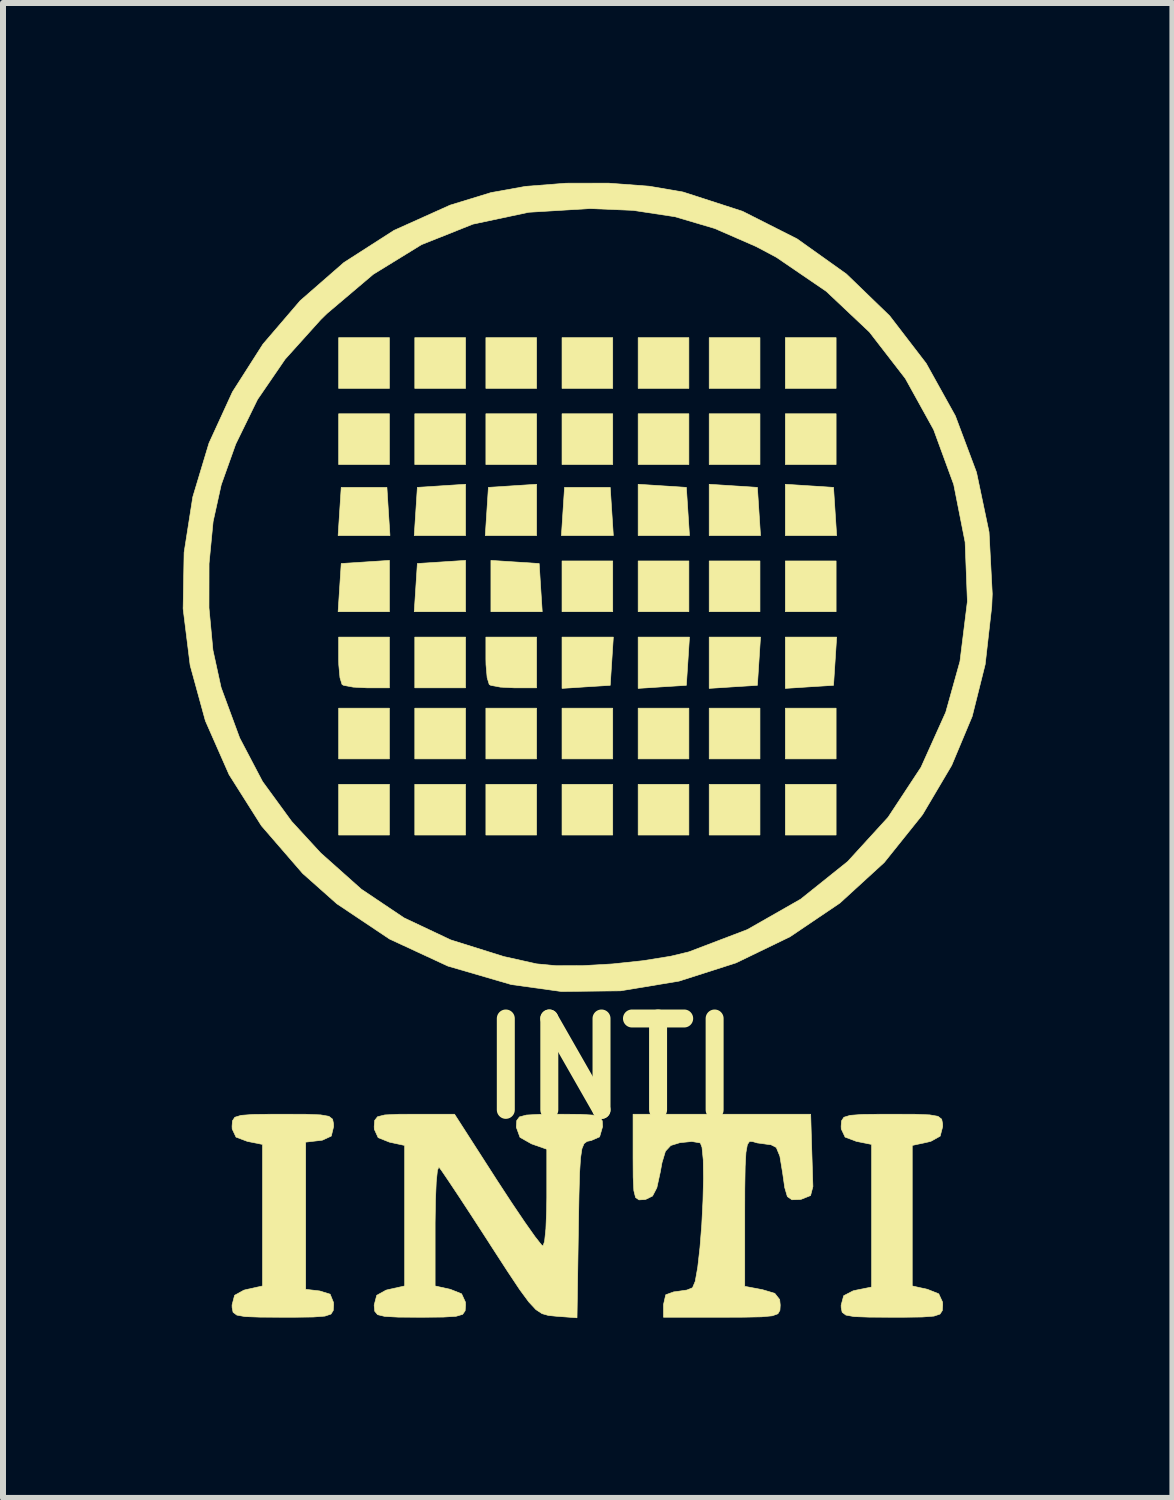
<source format=kicad_pcb>
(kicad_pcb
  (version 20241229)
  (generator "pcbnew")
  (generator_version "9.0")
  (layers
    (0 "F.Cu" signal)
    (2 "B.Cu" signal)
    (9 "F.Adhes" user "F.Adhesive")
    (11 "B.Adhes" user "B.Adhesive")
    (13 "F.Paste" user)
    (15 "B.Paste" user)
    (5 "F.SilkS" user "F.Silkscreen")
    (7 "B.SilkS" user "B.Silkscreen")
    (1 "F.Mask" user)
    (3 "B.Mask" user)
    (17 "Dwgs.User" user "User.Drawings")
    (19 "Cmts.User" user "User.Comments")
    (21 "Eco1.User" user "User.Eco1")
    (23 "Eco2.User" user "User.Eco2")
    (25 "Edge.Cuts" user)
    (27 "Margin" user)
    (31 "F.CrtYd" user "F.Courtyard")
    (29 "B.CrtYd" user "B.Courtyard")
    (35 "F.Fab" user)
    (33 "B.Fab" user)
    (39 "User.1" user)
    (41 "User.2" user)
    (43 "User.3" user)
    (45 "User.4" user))
  (footprint "INTI"
    (layer "F.Cu")
    (at 6.748 9.44)
    (property "Reference" "INTI" (at 0.381 5.334 0) (layer "F.SilkS") (effects (font (size 1.524 1.524) (thickness 0.3))))
    (attr through_hole)
    (fp_poly (pts (xy -3.302 -6.011) (xy -4.149 -6.011) (xy -4.149 -6.858) (xy -3.302 -6.858) (xy -3.302 -6.011)) (stroke (width 0.01) (type solid)) (fill yes) (layer "F.SilkS"))
    (fp_poly (pts (xy -3.302 -4.741) (xy -4.149 -4.741) (xy -4.149 -5.588) (xy -3.302 -5.588) (xy -3.302 -4.741)) (stroke (width 0.01) (type solid)) (fill yes) (layer "F.SilkS"))
    (fp_poly (pts (xy -3.302 0.169) (xy -4.149 0.169) (xy -4.149 -0.677) (xy -3.302 -0.677) (xy -3.302 0.169)) (stroke (width 0.01) (type solid)) (fill yes) (layer "F.SilkS"))
    (fp_poly (pts (xy -3.302 1.439) (xy -4.149 1.439) (xy -4.149 0.593) (xy -3.302 0.593) (xy -3.302 1.439)) (stroke (width 0.01) (type solid)) (fill yes) (layer "F.SilkS"))
    (fp_poly (pts (xy -2.032 -6.011) (xy -2.879 -6.011) (xy -2.879 -6.858) (xy -2.032 -6.858) (xy -2.032 -6.011)) (stroke (width 0.01) (type solid)) (fill yes) (layer "F.SilkS"))
    (fp_poly (pts (xy -2.032 -4.741) (xy -2.879 -4.741) (xy -2.879 -5.588) (xy -2.032 -5.588) (xy -2.032 -4.741)) (stroke (width 0.01) (type solid)) (fill yes) (layer "F.SilkS"))
    (fp_poly (pts (xy -2.032 -1.016) (xy -2.879 -1.016) (xy -2.879 -1.863) (xy -2.032 -1.863) (xy -2.032 -1.016)) (stroke (width 0.01) (type solid)) (fill yes) (layer "F.SilkS"))
    (fp_poly (pts (xy -2.032 0.169) (xy -2.879 0.169) (xy -2.879 -0.677) (xy -2.032 -0.677) (xy -2.032 0.169)) (stroke (width 0.01) (type solid)) (fill yes) (layer "F.SilkS"))
    (fp_poly (pts (xy -2.032 1.439) (xy -2.879 1.439) (xy -2.879 0.593) (xy -2.032 0.593) (xy -2.032 1.439)) (stroke (width 0.01) (type solid)) (fill yes) (layer "F.SilkS"))
    (fp_poly (pts (xy -0.847 -6.011) (xy -1.693 -6.011) (xy -1.693 -6.858) (xy -0.847 -6.858) (xy -0.847 -6.011)) (stroke (width 0.01) (type solid)) (fill yes) (layer "F.SilkS"))
    (fp_poly (pts (xy -0.847 -4.741) (xy -1.693 -4.741) (xy -1.693 -5.588) (xy -0.847 -5.588) (xy -0.847 -4.741)) (stroke (width 0.01) (type solid)) (fill yes) (layer "F.SilkS"))
    (fp_poly (pts (xy -0.847 0.169) (xy -1.693 0.169) (xy -1.693 -0.677) (xy -0.847 -0.677) (xy -0.847 0.169)) (stroke (width 0.01) (type solid)) (fill yes) (layer "F.SilkS"))
    (fp_poly (pts (xy -0.847 1.439) (xy -1.693 1.439) (xy -1.693 0.593) (xy -0.847 0.593) (xy -0.847 1.439)) (stroke (width 0.01) (type solid)) (fill yes) (layer "F.SilkS"))
    (fp_poly (pts (xy 0.423 -6.011) (xy -0.423 -6.011) (xy -0.423 -6.858) (xy 0.423 -6.858) (xy 0.423 -6.011)) (stroke (width 0.01) (type solid)) (fill yes) (layer "F.SilkS"))
    (fp_poly (pts (xy 0.423 -4.741) (xy -0.423 -4.741) (xy -0.423 -5.588) (xy 0.423 -5.588) (xy 0.423 -4.741)) (stroke (width 0.01) (type solid)) (fill yes) (layer "F.SilkS"))
    (fp_poly (pts (xy 0.423 -2.286) (xy -0.423 -2.286) (xy -0.423 -3.133) (xy 0.423 -3.133) (xy 0.423 -2.286)) (stroke (width 0.01) (type solid)) (fill yes) (layer "F.SilkS"))
    (fp_poly (pts (xy 0.423 0.169) (xy -0.423 0.169) (xy -0.423 -0.677) (xy 0.423 -0.677) (xy 0.423 0.169)) (stroke (width 0.01) (type solid)) (fill yes) (layer "F.SilkS"))
    (fp_poly (pts (xy 0.423 1.439) (xy -0.423 1.439) (xy -0.423 0.593) (xy 0.423 0.593) (xy 0.423 1.439)) (stroke (width 0.01) (type solid)) (fill yes) (layer "F.SilkS"))
    (fp_poly (pts (xy 1.693 -6.011) (xy 0.847 -6.011) (xy 0.847 -6.858) (xy 1.693 -6.858) (xy 1.693 -6.011)) (stroke (width 0.01) (type solid)) (fill yes) (layer "F.SilkS"))
    (fp_poly (pts (xy 1.693 -4.741) (xy 0.847 -4.741) (xy 0.847 -5.588) (xy 1.693 -5.588) (xy 1.693 -4.741)) (stroke (width 0.01) (type solid)) (fill yes) (layer "F.SilkS"))
    (fp_poly (pts (xy 1.693 -2.286) (xy 0.847 -2.286) (xy 0.847 -3.133) (xy 1.693 -3.133) (xy 1.693 -2.286)) (stroke (width 0.01) (type solid)) (fill yes) (layer "F.SilkS"))
    (fp_poly (pts (xy 1.693 0.169) (xy 0.847 0.169) (xy 0.847 -0.677) (xy 1.693 -0.677) (xy 1.693 0.169)) (stroke (width 0.01) (type solid)) (fill yes) (layer "F.SilkS"))
    (fp_poly (pts (xy 1.693 1.439) (xy 0.847 1.439) (xy 0.847 0.593) (xy 1.693 0.593) (xy 1.693 1.439)) (stroke (width 0.01) (type solid)) (fill yes) (layer "F.SilkS"))
    (fp_poly (pts (xy 2.879 -6.011) (xy 2.032 -6.011) (xy 2.032 -6.858) (xy 2.879 -6.858) (xy 2.879 -6.011)) (stroke (width 0.01) (type solid)) (fill yes) (layer "F.SilkS"))
    (fp_poly (pts (xy 2.879 -4.741) (xy 2.032 -4.741) (xy 2.032 -5.588) (xy 2.879 -5.588) (xy 2.879 -4.741)) (stroke (width 0.01) (type solid)) (fill yes) (layer "F.SilkS"))
    (fp_poly (pts (xy 2.879 -2.286) (xy 2.032 -2.286) (xy 2.032 -3.133) (xy 2.879 -3.133) (xy 2.879 -2.286)) (stroke (width 0.01) (type solid)) (fill yes) (layer "F.SilkS"))
    (fp_poly (pts (xy 2.879 0.169) (xy 2.032 0.169) (xy 2.032 -0.677) (xy 2.879 -0.677) (xy 2.879 0.169)) (stroke (width 0.01) (type solid)) (fill yes) (layer "F.SilkS"))
    (fp_poly (pts (xy 2.879 1.439) (xy 2.032 1.439) (xy 2.032 0.593) (xy 2.879 0.593) (xy 2.879 1.439)) (stroke (width 0.01) (type solid)) (fill yes) (layer "F.SilkS"))
    (fp_poly (pts (xy 4.149 -6.011) (xy 3.302 -6.011) (xy 3.302 -6.858) (xy 4.149 -6.858) (xy 4.149 -6.011)) (stroke (width 0.01) (type solid)) (fill yes) (layer "F.SilkS"))
    (fp_poly (pts (xy 4.149 -4.741) (xy 3.302 -4.741) (xy 3.302 -5.588) (xy 4.149 -5.588) (xy 4.149 -4.741)) (stroke (width 0.01) (type solid)) (fill yes) (layer "F.SilkS"))
    (fp_poly (pts (xy 4.149 -2.286) (xy 3.302 -2.286) (xy 3.302 -3.133) (xy 4.149 -3.133) (xy 4.149 -2.286)) (stroke (width 0.01) (type solid)) (fill yes) (layer "F.SilkS"))
    (fp_poly (pts (xy 4.149 0.169) (xy 3.302 0.169) (xy 3.302 -0.677) (xy 4.149 -0.677) (xy 4.149 0.169)) (stroke (width 0.01) (type solid)) (fill yes) (layer "F.SilkS"))
    (fp_poly (pts (xy 4.149 1.439) (xy 3.302 1.439) (xy 3.302 0.593) (xy 4.149 0.593) (xy 4.149 1.439)) (stroke (width 0.01) (type solid)) (fill yes) (layer "F.SilkS"))
    (fp_poly (pts (xy -3.319 -3.958) (xy -3.293 -3.556) (xy -4.158 -3.556) (xy -4.132 -3.958) (xy -4.106 -4.36) (xy -3.344 -4.36) (xy -3.319 -3.958)) (stroke (width 0.01) (type solid)) (fill yes) (layer "F.SilkS"))
    (fp_poly (pts (xy -3.302 -2.286) (xy -4.158 -2.286) (xy -4.132 -2.688) (xy -4.106 -3.09) (xy -3.704 -3.116) (xy -3.302 -3.142) (xy -3.302 -2.286)) (stroke (width 0.01) (type solid)) (fill yes) (layer "F.SilkS"))
    (fp_poly (pts (xy -2.032 -3.556) (xy -2.888 -3.556) (xy -2.862 -3.958) (xy -2.836 -4.36) (xy -2.434 -4.386) (xy -2.032 -4.412) (xy -2.032 -3.556)) (stroke (width 0.01) (type solid)) (fill yes) (layer "F.SilkS"))
    (fp_poly (pts (xy -2.032 -2.286) (xy -2.888 -2.286) (xy -2.862 -2.688) (xy -2.836 -3.09) (xy -2.434 -3.116) (xy -2.032 -3.142) (xy -2.032 -2.286)) (stroke (width 0.01) (type solid)) (fill yes) (layer "F.SilkS"))
    (fp_poly (pts (xy -1.206 -3.116) (xy -0.804 -3.09) (xy -0.779 -2.688) (xy -0.753 -2.286) (xy -1.609 -2.286) (xy -1.609 -3.142) (xy -1.206 -3.116)) (stroke (width 0.01) (type solid)) (fill yes) (layer "F.SilkS"))
    (fp_poly (pts (xy -0.847 -3.556) (xy -1.703 -3.556) (xy -1.677 -3.958) (xy -1.651 -4.36) (xy -1.249 -4.386) (xy -0.847 -4.412) (xy -0.847 -3.556)) (stroke (width 0.01) (type solid)) (fill yes) (layer "F.SilkS"))
    (fp_poly (pts (xy 0.407 -3.958) (xy 0.433 -3.556) (xy -0.433 -3.556) (xy -0.407 -3.958) (xy -0.381 -4.36) (xy 0.381 -4.36) (xy 0.407 -3.958)) (stroke (width 0.01) (type solid)) (fill yes) (layer "F.SilkS"))
    (fp_poly (pts (xy 0.407 -1.46) (xy 0.381 -1.058) (xy -0.021 -1.033) (xy -0.423 -1.007) (xy -0.423 -1.863) (xy 0.433 -1.863) (xy 0.407 -1.46)) (stroke (width 0.01) (type solid)) (fill yes) (layer "F.SilkS"))
    (fp_poly (pts (xy 1.249 -4.386) (xy 1.651 -4.36) (xy 1.677 -3.958) (xy 1.703 -3.556) (xy 0.847 -3.556) (xy 0.847 -4.412) (xy 1.249 -4.386)) (stroke (width 0.01) (type solid)) (fill yes) (layer "F.SilkS"))
    (fp_poly (pts (xy 1.677 -1.46) (xy 1.651 -1.058) (xy 1.249 -1.033) (xy 0.847 -1.007) (xy 0.847 -1.863) (xy 1.703 -1.863) (xy 1.677 -1.46)) (stroke (width 0.01) (type solid)) (fill yes) (layer "F.SilkS"))
    (fp_poly (pts (xy 2.434 -4.386) (xy 2.836 -4.36) (xy 2.862 -3.958) (xy 2.888 -3.556) (xy 2.032 -3.556) (xy 2.032 -4.412) (xy 2.434 -4.386)) (stroke (width 0.01) (type solid)) (fill yes) (layer "F.SilkS"))
    (fp_poly (pts (xy 2.862 -1.46) (xy 2.836 -1.058) (xy 2.434 -1.033) (xy 2.032 -1.007) (xy 2.032 -1.863) (xy 2.888 -1.863) (xy 2.862 -1.46)) (stroke (width 0.01) (type solid)) (fill yes) (layer "F.SilkS"))
    (fp_poly (pts (xy 3.704 -4.386) (xy 4.106 -4.36) (xy 4.132 -3.958) (xy 4.158 -3.556) (xy 3.302 -3.556) (xy 3.302 -4.412) (xy 3.704 -4.386)) (stroke (width 0.01) (type solid)) (fill yes) (layer "F.SilkS"))
    (fp_poly (pts (xy 4.132 -1.46) (xy 4.106 -1.058) (xy 3.704 -1.033) (xy 3.302 -1.007) (xy 3.302 -1.863) (xy 4.158 -1.863) (xy 4.132 -1.46)) (stroke (width 0.01) (type solid)) (fill yes) (layer "F.SilkS"))
    (fp_poly (pts (xy -3.302 -1.016) (xy -3.669 -1.016) (xy -3.906 -1.028) (xy -4.066 -1.058) (xy -4.092 -1.072) (xy -4.127 -1.185) (xy -4.147 -1.401) (xy -4.149 -1.496) (xy -4.149 -1.863) (xy -3.302 -1.863) (xy -3.302 -1.016)) (stroke (width 0.01) (type solid)) (fill yes) (layer "F.SilkS"))
    (fp_poly (pts (xy -0.847 -1.016) (xy -1.214 -1.016) (xy -1.451 -1.028) (xy -1.611 -1.058) (xy -1.637 -1.072) (xy -1.672 -1.185) (xy -1.691 -1.401) (xy -1.693 -1.496) (xy -1.693 -1.863) (xy -0.847 -1.863) (xy -0.847 -1.016)) (stroke (width 0.01) (type solid)) (fill yes) (layer "F.SilkS"))
    (fp_poly (pts (xy -4.696 6.097) (xy -4.45 6.107) (xy -4.312 6.131) (xy -4.25 6.179) (xy -4.234 6.257) (xy -4.233 6.302) (xy -4.272 6.461) (xy -4.42 6.529) (xy -4.466 6.535) (xy -4.699 6.562) (xy -4.699 9.017) (xy -4.466 9.044) (xy -4.291 9.098) (xy -4.235 9.236) (xy -4.233 9.277) (xy -4.239 9.37) (xy -4.277 9.43) (xy -4.378 9.464) (xy -4.573 9.479) (xy -4.893 9.483) (xy -5.08 9.483) (xy -5.464 9.481) (xy -5.71 9.472) (xy -5.848 9.447) (xy -5.91 9.4) (xy -5.926 9.322) (xy -5.927 9.278) (xy -5.885 9.117) (xy -5.73 9.031) (xy -5.673 9.017) (xy -5.419 8.961) (xy -5.419 6.6) (xy -5.673 6.549) (xy -5.861 6.478) (xy -5.925 6.342) (xy -5.927 6.297) (xy -5.92 6.206) (xy -5.881 6.147) (xy -5.777 6.115) (xy -5.577 6.1) (xy -5.252 6.096) (xy -5.08 6.096) (xy -4.696 6.097)) (stroke (width 0.01) (type solid)) (fill yes) (layer "F.SilkS"))
    (fp_poly (pts (xy 5.464 6.097) (xy 5.71 6.107) (xy 5.848 6.131) (xy 5.91 6.179) (xy 5.926 6.256) (xy 5.927 6.301) (xy 5.885 6.462) (xy 5.73 6.548) (xy 5.673 6.562) (xy 5.419 6.617) (xy 5.419 8.961) (xy 5.673 9.017) (xy 5.861 9.092) (xy 5.925 9.231) (xy 5.927 9.278) (xy 5.921 9.371) (xy 5.882 9.43) (xy 5.781 9.464) (xy 5.585 9.479) (xy 5.264 9.483) (xy 5.08 9.483) (xy 4.696 9.481) (xy 4.45 9.472) (xy 4.312 9.447) (xy 4.25 9.4) (xy 4.234 9.322) (xy 4.233 9.282) (xy 4.275 9.124) (xy 4.431 9.043) (xy 4.487 9.03) (xy 4.741 8.979) (xy 4.741 6.6) (xy 4.487 6.549) (xy 4.299 6.478) (xy 4.235 6.342) (xy 4.233 6.297) (xy 4.24 6.206) (xy 4.279 6.147) (xy 4.383 6.115) (xy 4.583 6.1) (xy 4.908 6.096) (xy 5.08 6.096) (xy 5.464 6.097)) (stroke (width 0.01) (type solid)) (fill yes) (layer "F.SilkS"))
    (fp_poly (pts (xy 3.74 6.604) (xy 3.75 6.914) (xy 3.758 7.179) (xy 3.762 7.303) (xy 3.723 7.453) (xy 3.565 7.516) (xy 3.542 7.519) (xy 3.412 7.523) (xy 3.336 7.47) (xy 3.292 7.321) (xy 3.257 7.075) (xy 3.211 6.796) (xy 3.151 6.651) (xy 3.062 6.605) (xy 3.045 6.604) (xy 2.833 6.575) (xy 2.759 6.553) (xy 2.706 6.549) (xy 2.669 6.602) (xy 2.645 6.735) (xy 2.632 6.97) (xy 2.626 7.333) (xy 2.625 7.734) (xy 2.625 8.967) (xy 2.921 9.023) (xy 3.126 9.084) (xy 3.208 9.188) (xy 3.217 9.28) (xy 3.212 9.367) (xy 3.178 9.425) (xy 3.085 9.459) (xy 2.905 9.476) (xy 2.609 9.482) (xy 2.244 9.483) (xy 1.27 9.483) (xy 1.27 9.271) (xy 1.307 9.108) (xy 1.445 9.058) (xy 1.46 9.058) (xy 1.66 9.029) (xy 1.754 8.991) (xy 1.799 8.884) (xy 1.841 8.648) (xy 1.878 8.32) (xy 1.908 7.939) (xy 1.928 7.543) (xy 1.937 7.171) (xy 1.933 6.859) (xy 1.912 6.647) (xy 1.884 6.575) (xy 1.743 6.551) (xy 1.543 6.571) (xy 1.391 6.618) (xy 1.302 6.714) (xy 1.244 6.907) (xy 1.217 7.057) (xy 1.159 7.322) (xy 1.087 7.461) (xy 0.975 7.516) (xy 0.953 7.52) (xy 0.861 7.525) (xy 0.804 7.486) (xy 0.775 7.371) (xy 0.764 7.149) (xy 0.762 6.822) (xy 0.762 6.096) (xy 3.725 6.096) (xy 3.74 6.604)) (stroke (width 0.01) (type solid)) (fill yes) (layer "F.SilkS"))
    (fp_poly (pts (xy -1.51 7.195) (xy -1.263 7.573) (xy -1.045 7.896) (xy -0.874 8.138) (xy -0.767 8.274) (xy -0.741 8.295) (xy -0.714 8.218) (xy -0.692 8.007) (xy -0.68 7.701) (xy -0.677 7.489) (xy -0.677 6.68) (xy -0.931 6.591) (xy -1.124 6.482) (xy -1.185 6.314) (xy -1.185 6.299) (xy -1.178 6.201) (xy -1.133 6.141) (xy -1.017 6.11) (xy -0.796 6.098) (xy -0.466 6.096) (xy -0.117 6.098) (xy 0.096 6.111) (xy 0.206 6.144) (xy 0.248 6.206) (xy 0.254 6.302) (xy 0.204 6.474) (xy 0.064 6.535) (xy -0.005 6.549) (xy -0.056 6.587) (xy -0.091 6.672) (xy -0.114 6.827) (xy -0.13 7.077) (xy -0.14 7.446) (xy -0.149 7.958) (xy -0.15 8.027) (xy -0.173 9.492) (xy -0.521 9.466) (xy -0.65 9.453) (xy -0.756 9.423) (xy -0.859 9.355) (xy -0.977 9.228) (xy -1.128 9.023) (xy -1.331 8.718) (xy -1.606 8.294) (xy -1.64 8.24) (xy -1.9 7.839) (xy -2.13 7.487) (xy -2.315 7.209) (xy -2.436 7.031) (xy -2.477 6.977) (xy -2.501 7.031) (xy -2.521 7.225) (xy -2.534 7.528) (xy -2.54 7.91) (xy -2.54 7.938) (xy -2.54 8.961) (xy -2.286 9.017) (xy -2.098 9.092) (xy -2.034 9.231) (xy -2.032 9.278) (xy -2.039 9.375) (xy -2.081 9.435) (xy -2.191 9.467) (xy -2.402 9.48) (xy -2.746 9.483) (xy -2.794 9.483) (xy -3.155 9.481) (xy -3.379 9.469) (xy -3.499 9.44) (xy -3.547 9.383) (xy -3.556 9.291) (xy -3.556 9.278) (xy -3.514 9.117) (xy -3.359 9.031) (xy -3.302 9.017) (xy -3.048 8.961) (xy -3.048 6.617) (xy -3.302 6.562) (xy -3.49 6.487) (xy -3.554 6.347) (xy -3.556 6.301) (xy -3.548 6.199) (xy -3.5 6.138) (xy -3.379 6.108) (xy -3.148 6.097) (xy -2.886 6.096) (xy -2.216 6.096) (xy -1.51 7.195)) (stroke (width 0.01) (type solid)) (fill yes) (layer "F.SilkS"))
    (fp_poly (pts (xy 1.031 -9.384) (xy 1.596 -9.287) (xy 2.587 -8.966) (xy 3.499 -8.505) (xy 4.321 -7.919) (xy 5.042 -7.222) (xy 5.652 -6.428) (xy 6.138 -5.553) (xy 6.491 -4.611) (xy 6.7 -3.616) (xy 6.754 -2.583) (xy 6.745 -2.372) (xy 6.636 -1.408) (xy 6.419 -0.54) (xy 6.077 0.277) (xy 5.597 1.089) (xy 5.581 1.112) (xy 4.952 1.897) (xy 4.212 2.574) (xy 3.38 3.136) (xy 2.479 3.572) (xy 1.529 3.876) (xy 0.552 4.038) (xy -0.434 4.049) (xy -1.27 3.933) (xy -2.327 3.625) (xy -3.3 3.174) (xy -4.179 2.586) (xy -4.749 2.08) (xy -5.437 1.285) (xy -5.977 0.431) (xy -6.372 -0.466) (xy -6.626 -1.392) (xy -6.743 -2.333) (xy -6.743 -2.35) (xy -6.312 -2.35) (xy -6.246 -1.644) (xy -6.112 -1.03) (xy -6.108 -1.016) (xy -5.8 -0.18) (xy -5.419 0.546) (xy -4.933 1.212) (xy -4.448 1.739) (xy -3.77 2.343) (xy -3.058 2.821) (xy -2.278 3.189) (xy -1.394 3.466) (xy -0.847 3.588) (xy -0.518 3.619) (xy -0.077 3.618) (xy 0.423 3.589) (xy 0.93 3.535) (xy 1.39 3.461) (xy 1.693 3.388) (xy 2.669 3.016) (xy 3.556 2.51) (xy 4.342 1.881) (xy 5.016 1.143) (xy 5.565 0.309) (xy 5.978 -0.609) (xy 6.215 -1.457) (xy 6.339 -2.458) (xy 6.301 -3.447) (xy 6.111 -4.408) (xy 5.776 -5.323) (xy 5.304 -6.176) (xy 4.705 -6.951) (xy 3.985 -7.63) (xy 3.153 -8.198) (xy 2.814 -8.378) (xy 2.124 -8.679) (xy 1.461 -8.875) (xy 0.763 -8.981) (xy 0.042 -9.011) (xy -0.979 -8.949) (xy -1.909 -8.751) (xy -2.767 -8.409) (xy -3.572 -7.914) (xy -4.344 -7.26) (xy -4.448 -7.158) (xy -5.041 -6.499) (xy -5.503 -5.825) (xy -5.866 -5.082) (xy -6.108 -4.403) (xy -6.243 -3.791) (xy -6.311 -3.087) (xy -6.312 -2.35) (xy -6.743 -2.35) (xy -6.727 -3.274) (xy -6.582 -4.201) (xy -6.312 -5.098) (xy -5.92 -5.953) (xy -5.412 -6.749) (xy -4.791 -7.474) (xy -4.061 -8.111) (xy -3.226 -8.647) (xy -2.29 -9.068) (xy -1.609 -9.277) (xy -1.032 -9.381) (xy -0.357 -9.434) (xy 0.352 -9.435) (xy 1.031 -9.384)) (stroke (width 0.01) (type solid)) (fill yes) (layer "F.SilkS")))
  (gr_rect
    (start -3 -3)
    (end 16.507 21.937)
    (stroke (width 0.1) (type default))
    (fill no)
    (layer "Edge.Cuts")))
</source>
